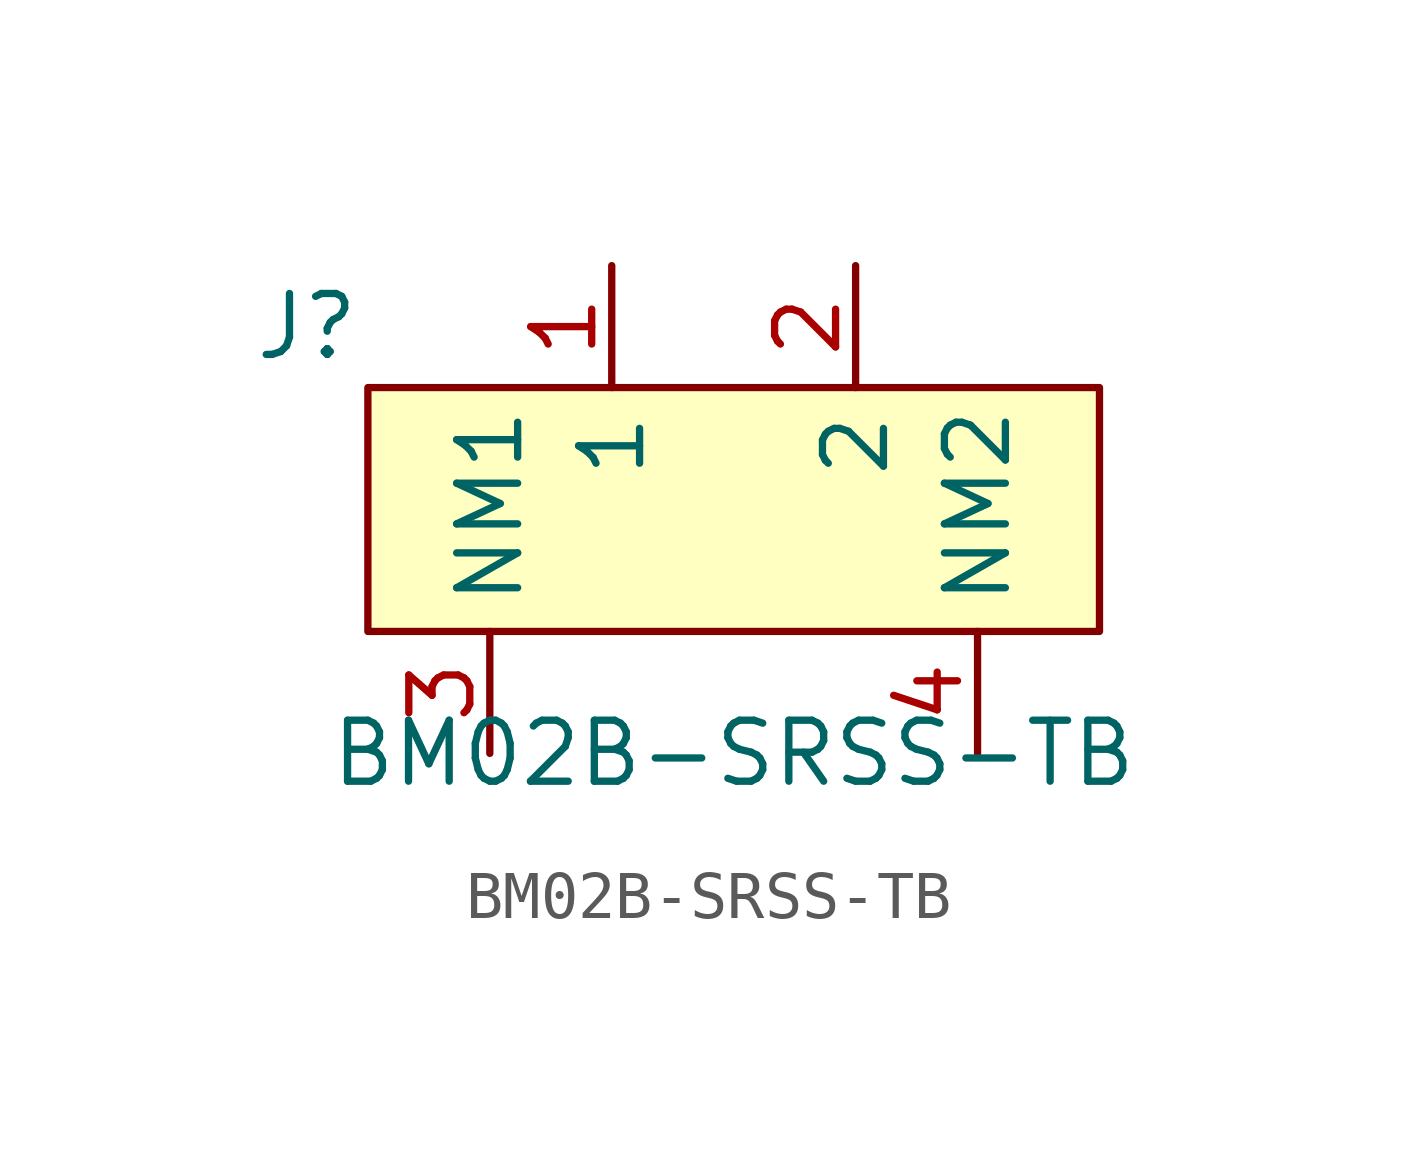
<source format=kicad_sym>
(kicad_symbol_lib
  (version 20211014)
  (generator kicad_symbol_editor)
  (symbol "BM02B-SRSS-TB"
    (property "Reference" "J"
      (at -8.89 2.54 0)
      (effects (font (size 1.27 1.27))))
    (property "Value" "BM02B-SRSS-TB"
      (at 0 -6.35 0)
      (effects (font (size 1.27 1.27))))
    (symbol "BM02B-SRSS-TB_0_1"
      (rectangle (start -7.62 1.27) (end 7.62 -3.81) (stroke (width 0) (type default) (color 0 0 0 0)) (fill (type background))))
    (symbol "BM02B-SRSS-TB_1_1"
      (pin input line (at -2.54 3.81 270) (length 2.54) (name "1" (effects (font (size 1.27 1.27)))) (number "1" (effects (font (size 1.27 1.27)))))
      (pin input line (at 2.54 3.81 270) (length 2.54) (name "2" (effects (font (size 1.27 1.27)))) (number "2" (effects (font (size 1.27 1.27)))))
      (pin passive line (at -5.08 -6.35 90) (length 2.54) (name "NM1" (effects (font (size 1.27 1.27)))) (number "3" (effects (font (size 1.27 1.27)))))
      (pin passive line (at 5.08 -6.35 90) (length 2.54) (name "NM2" (effects (font (size 1.27 1.27)))) (number "4" (effects (font (size 1.27 1.27))))))))
</source>
